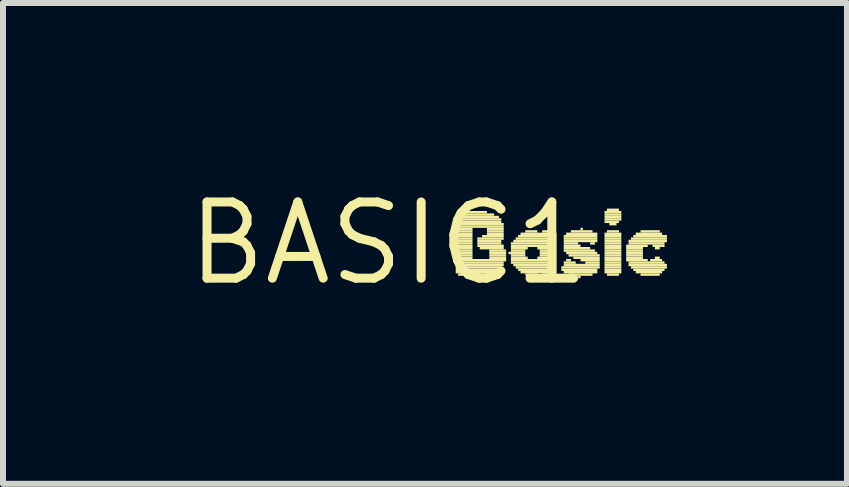
<source format=kicad_pcb>
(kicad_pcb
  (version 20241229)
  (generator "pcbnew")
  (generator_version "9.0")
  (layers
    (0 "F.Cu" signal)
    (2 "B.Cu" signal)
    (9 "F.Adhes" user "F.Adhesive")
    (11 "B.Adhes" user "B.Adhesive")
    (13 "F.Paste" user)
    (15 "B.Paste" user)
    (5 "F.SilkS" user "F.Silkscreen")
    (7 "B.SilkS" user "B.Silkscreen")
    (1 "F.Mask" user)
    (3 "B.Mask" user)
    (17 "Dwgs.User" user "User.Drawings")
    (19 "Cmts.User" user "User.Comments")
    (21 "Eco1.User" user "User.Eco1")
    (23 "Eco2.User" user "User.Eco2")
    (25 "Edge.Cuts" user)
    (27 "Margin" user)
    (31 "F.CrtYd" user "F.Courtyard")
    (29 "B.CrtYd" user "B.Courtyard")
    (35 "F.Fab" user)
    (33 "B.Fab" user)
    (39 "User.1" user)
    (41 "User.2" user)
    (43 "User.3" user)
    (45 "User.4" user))
  (footprint "BASIC1"
    (layer "F.Cu")
    (at 3.424 1.006)
    (property "Reference" "BASIC1" (at 0 0 0) (layer "F.SilkS") (effects (font (size 1.27 1.27) (thickness 0.15))))
    (fp_poly (pts (xy 1.12 -0.46) (xy 1.76 -0.46) (xy 1.76 -0.5) (xy 1.12 -0.5)) (stroke (width 0) (type default)) (fill yes) (layer "F.SilkS"))
    (fp_poly (pts (xy 1.12 -0.42) (xy 1.84 -0.42) (xy 1.84 -0.46) (xy 1.12 -0.46)) (stroke (width 0) (type default)) (fill yes) (layer "F.SilkS"))
    (fp_poly (pts (xy 1.12 -0.38) (xy 1.88 -0.38) (xy 1.88 -0.42) (xy 1.12 -0.42)) (stroke (width 0) (type default)) (fill yes) (layer "F.SilkS"))
    (fp_poly (pts (xy 1.12 -0.34) (xy 1.88 -0.34) (xy 1.88 -0.38) (xy 1.12 -0.38)) (stroke (width 0) (type default)) (fill yes) (layer "F.SilkS"))
    (fp_poly (pts (xy 1.12 -0.3) (xy 1.92 -0.3) (xy 1.92 -0.34) (xy 1.12 -0.34)) (stroke (width 0) (type default)) (fill yes) (layer "F.SilkS"))
    (fp_poly (pts (xy 1.12 -0.26) (xy 1.92 -0.26) (xy 1.92 -0.3) (xy 1.12 -0.3)) (stroke (width 0) (type default)) (fill yes) (layer "F.SilkS"))
    (fp_poly (pts (xy 1.12 -0.22) (xy 1.4 -0.22) (xy 1.4 -0.26) (xy 1.12 -0.26)) (stroke (width 0) (type default)) (fill yes) (layer "F.SilkS"))
    (fp_poly (pts (xy 1.12 -0.18) (xy 1.4 -0.18) (xy 1.4 -0.22) (xy 1.12 -0.22)) (stroke (width 0) (type default)) (fill yes) (layer "F.SilkS"))
    (fp_poly (pts (xy 1.12 -0.14) (xy 1.4 -0.14) (xy 1.4 -0.18) (xy 1.12 -0.18)) (stroke (width 0) (type default)) (fill yes) (layer "F.SilkS"))
    (fp_poly (pts (xy 1.12 -0.1) (xy 1.4 -0.1) (xy 1.4 -0.14) (xy 1.12 -0.14)) (stroke (width 0) (type default)) (fill yes) (layer "F.SilkS"))
    (fp_poly (pts (xy 1.12 -0.06) (xy 1.4 -0.06) (xy 1.4 -0.1) (xy 1.12 -0.1)) (stroke (width 0) (type default)) (fill yes) (layer "F.SilkS"))
    (fp_poly (pts (xy 1.12 -0.02) (xy 1.4 -0.02) (xy 1.4 -0.06) (xy 1.12 -0.06)) (stroke (width 0) (type default)) (fill yes) (layer "F.SilkS"))
    (fp_poly (pts (xy 1.12 0.02) (xy 1.4 0.02) (xy 1.4 -0.02) (xy 1.12 -0.02)) (stroke (width 0) (type default)) (fill yes) (layer "F.SilkS"))
    (fp_poly (pts (xy 1.12 0.06) (xy 1.4 0.06) (xy 1.4 0.02) (xy 1.12 0.02)) (stroke (width 0) (type default)) (fill yes) (layer "F.SilkS"))
    (fp_poly (pts (xy 1.12 0.1) (xy 1.4 0.1) (xy 1.4 0.06) (xy 1.12 0.06)) (stroke (width 0) (type default)) (fill yes) (layer "F.SilkS"))
    (fp_poly (pts (xy 1.12 0.14) (xy 1.4 0.14) (xy 1.4 0.1) (xy 1.12 0.1)) (stroke (width 0) (type default)) (fill yes) (layer "F.SilkS"))
    (fp_poly (pts (xy 1.12 0.18) (xy 1.4 0.18) (xy 1.4 0.14) (xy 1.12 0.14)) (stroke (width 0) (type default)) (fill yes) (layer "F.SilkS"))
    (fp_poly (pts (xy 1.12 0.22) (xy 1.4 0.22) (xy 1.4 0.18) (xy 1.12 0.18)) (stroke (width 0) (type default)) (fill yes) (layer "F.SilkS"))
    (fp_poly (pts (xy 1.12 0.26) (xy 1.4 0.26) (xy 1.4 0.22) (xy 1.12 0.22)) (stroke (width 0) (type default)) (fill yes) (layer "F.SilkS"))
    (fp_poly (pts (xy 1.12 0.3) (xy 1.96 0.3) (xy 1.96 0.26) (xy 1.12 0.26)) (stroke (width 0) (type default)) (fill yes) (layer "F.SilkS"))
    (fp_poly (pts (xy 1.12 0.34) (xy 1.92 0.34) (xy 1.92 0.3) (xy 1.12 0.3)) (stroke (width 0) (type default)) (fill yes) (layer "F.SilkS"))
    (fp_poly (pts (xy 1.12 0.38) (xy 1.92 0.38) (xy 1.92 0.34) (xy 1.12 0.34)) (stroke (width 0) (type default)) (fill yes) (layer "F.SilkS"))
    (fp_poly (pts (xy 1.12 0.42) (xy 1.88 0.42) (xy 1.88 0.38) (xy 1.12 0.38)) (stroke (width 0) (type default)) (fill yes) (layer "F.SilkS"))
    (fp_poly (pts (xy 1.12 0.46) (xy 1.88 0.46) (xy 1.88 0.42) (xy 1.12 0.42)) (stroke (width 0) (type default)) (fill yes) (layer "F.SilkS"))
    (fp_poly (pts (xy 1.12 0.5) (xy 1.84 0.5) (xy 1.84 0.46) (xy 1.12 0.46)) (stroke (width 0) (type default)) (fill yes) (layer "F.SilkS"))
    (fp_poly (pts (xy 1.16 0.54) (xy 1.76 0.54) (xy 1.76 0.5) (xy 1.16 0.5)) (stroke (width 0) (type default)) (fill yes) (layer "F.SilkS"))
    (fp_poly (pts (xy 1.2 -0.5) (xy 1.64 -0.5) (xy 1.64 -0.54) (xy 1.2 -0.54)) (stroke (width 0) (type default)) (fill yes) (layer "F.SilkS"))
    (fp_poly (pts (xy 1.48 -0.06) (xy 1.92 -0.06) (xy 1.92 -0.1) (xy 1.48 -0.1)) (stroke (width 0) (type default)) (fill yes) (layer "F.SilkS"))
    (fp_poly (pts (xy 1.48 -0.02) (xy 1.88 -0.02) (xy 1.88 -0.06) (xy 1.48 -0.06)) (stroke (width 0) (type default)) (fill yes) (layer "F.SilkS"))
    (fp_poly (pts (xy 1.48 0.02) (xy 1.88 0.02) (xy 1.88 -0.02) (xy 1.48 -0.02)) (stroke (width 0) (type default)) (fill yes) (layer "F.SilkS"))
    (fp_poly (pts (xy 1.48 0.06) (xy 1.92 0.06) (xy 1.92 0.02) (xy 1.48 0.02)) (stroke (width 0) (type default)) (fill yes) (layer "F.SilkS"))
    (fp_poly (pts (xy 1.52 0.1) (xy 1.92 0.1) (xy 1.92 0.06) (xy 1.52 0.06)) (stroke (width 0) (type default)) (fill yes) (layer "F.SilkS"))
    (fp_poly (pts (xy 1.56 -0.1) (xy 1.92 -0.1) (xy 1.92 -0.14) (xy 1.56 -0.14)) (stroke (width 0) (type default)) (fill yes) (layer "F.SilkS"))
    (fp_poly (pts (xy 1.64 -0.22) (xy 1.92 -0.22) (xy 1.92 -0.26) (xy 1.64 -0.26)) (stroke (width 0) (type default)) (fill yes) (layer "F.SilkS"))
    (fp_poly (pts (xy 1.64 -0.18) (xy 1.92 -0.18) (xy 1.92 -0.22) (xy 1.64 -0.22)) (stroke (width 0) (type default)) (fill yes) (layer "F.SilkS"))
    (fp_poly (pts (xy 1.64 -0.14) (xy 1.92 -0.14) (xy 1.92 -0.18) (xy 1.64 -0.18)) (stroke (width 0) (type default)) (fill yes) (layer "F.SilkS"))
    (fp_poly (pts (xy 1.68 0.14) (xy 1.96 0.14) (xy 1.96 0.1) (xy 1.68 0.1)) (stroke (width 0) (type default)) (fill yes) (layer "F.SilkS"))
    (fp_poly (pts (xy 1.68 0.18) (xy 1.96 0.18) (xy 1.96 0.14) (xy 1.68 0.14)) (stroke (width 0) (type default)) (fill yes) (layer "F.SilkS"))
    (fp_poly (pts (xy 1.68 0.22) (xy 1.96 0.22) (xy 1.96 0.18) (xy 1.68 0.18)) (stroke (width 0) (type default)) (fill yes) (layer "F.SilkS"))
    (fp_poly (pts (xy 1.68 0.26) (xy 1.96 0.26) (xy 1.96 0.22) (xy 1.68 0.22)) (stroke (width 0) (type default)) (fill yes) (layer "F.SilkS"))
    (fp_poly (pts (xy 2 0.18) (xy 2.28 0.18) (xy 2.28 0.14) (xy 2 0.14)) (stroke (width 0) (type default)) (fill yes) (layer "F.SilkS"))
    (fp_poly (pts (xy 2.04 0.02) (xy 2.8 0.02) (xy 2.8 -0.02) (xy 2.04 -0.02)) (stroke (width 0) (type default)) (fill yes) (layer "F.SilkS"))
    (fp_poly (pts (xy 2.04 0.06) (xy 2.8 0.06) (xy 2.8 0.02) (xy 2.04 0.02)) (stroke (width 0) (type default)) (fill yes) (layer "F.SilkS"))
    (fp_poly (pts (xy 2.04 0.1) (xy 2.32 0.1) (xy 2.32 0.06) (xy 2.04 0.06)) (stroke (width 0) (type default)) (fill yes) (layer "F.SilkS"))
    (fp_poly (pts (xy 2.04 0.14) (xy 2.28 0.14) (xy 2.28 0.1) (xy 2.04 0.1)) (stroke (width 0) (type default)) (fill yes) (layer "F.SilkS"))
    (fp_poly (pts (xy 2.04 0.22) (xy 2.28 0.22) (xy 2.28 0.18) (xy 2.04 0.18)) (stroke (width 0) (type default)) (fill yes) (layer "F.SilkS"))
    (fp_poly (pts (xy 2.04 0.26) (xy 2.32 0.26) (xy 2.32 0.22) (xy 2.04 0.22)) (stroke (width 0) (type default)) (fill yes) (layer "F.SilkS"))
    (fp_poly (pts (xy 2.04 0.3) (xy 2.8 0.3) (xy 2.8 0.26) (xy 2.04 0.26)) (stroke (width 0) (type default)) (fill yes) (layer "F.SilkS"))
    (fp_poly (pts (xy 2.04 0.34) (xy 2.8 0.34) (xy 2.8 0.3) (xy 2.04 0.3)) (stroke (width 0) (type default)) (fill yes) (layer "F.SilkS"))
    (fp_poly (pts (xy 2.08 -0.02) (xy 2.8 -0.02) (xy 2.8 -0.06) (xy 2.08 -0.06)) (stroke (width 0) (type default)) (fill yes) (layer "F.SilkS"))
    (fp_poly (pts (xy 2.08 0.38) (xy 2.8 0.38) (xy 2.8 0.34) (xy 2.08 0.34)) (stroke (width 0) (type default)) (fill yes) (layer "F.SilkS"))
    (fp_poly (pts (xy 2.12 -0.06) (xy 2.8 -0.06) (xy 2.8 -0.1) (xy 2.12 -0.1)) (stroke (width 0) (type default)) (fill yes) (layer "F.SilkS"))
    (fp_poly (pts (xy 2.12 0.42) (xy 2.8 0.42) (xy 2.8 0.38) (xy 2.12 0.38)) (stroke (width 0) (type default)) (fill yes) (layer "F.SilkS"))
    (fp_poly (pts (xy 2.16 -0.1) (xy 2.8 -0.1) (xy 2.8 -0.14) (xy 2.16 -0.14)) (stroke (width 0) (type default)) (fill yes) (layer "F.SilkS"))
    (fp_poly (pts (xy 2.16 0.46) (xy 2.8 0.46) (xy 2.8 0.42) (xy 2.16 0.42)) (stroke (width 0) (type default)) (fill yes) (layer "F.SilkS"))
    (fp_poly (pts (xy 2.2 -0.14) (xy 2.8 -0.14) (xy 2.8 -0.18) (xy 2.2 -0.18)) (stroke (width 0) (type default)) (fill yes) (layer "F.SilkS"))
    (fp_poly (pts (xy 2.2 0.5) (xy 2.8 0.5) (xy 2.8 0.46) (xy 2.2 0.46)) (stroke (width 0) (type default)) (fill yes) (layer "F.SilkS"))
    (fp_poly (pts (xy 2.28 -0.18) (xy 2.48 -0.18) (xy 2.48 -0.22) (xy 2.28 -0.22)) (stroke (width 0) (type default)) (fill yes) (layer "F.SilkS"))
    (fp_poly (pts (xy 2.28 0.54) (xy 2.48 0.54) (xy 2.48 0.5) (xy 2.28 0.5)) (stroke (width 0) (type default)) (fill yes) (layer "F.SilkS"))
    (fp_poly (pts (xy 2.48 0.1) (xy 2.8 0.1) (xy 2.8 0.06) (xy 2.48 0.06)) (stroke (width 0) (type default)) (fill yes) (layer "F.SilkS"))
    (fp_poly (pts (xy 2.48 0.26) (xy 2.8 0.26) (xy 2.8 0.22) (xy 2.48 0.22)) (stroke (width 0) (type default)) (fill yes) (layer "F.SilkS"))
    (fp_poly (pts (xy 2.52 0.14) (xy 2.8 0.14) (xy 2.8 0.1) (xy 2.52 0.1)) (stroke (width 0) (type default)) (fill yes) (layer "F.SilkS"))
    (fp_poly (pts (xy 2.52 0.18) (xy 2.8 0.18) (xy 2.8 0.14) (xy 2.52 0.14)) (stroke (width 0) (type default)) (fill yes) (layer "F.SilkS"))
    (fp_poly (pts (xy 2.52 0.22) (xy 2.8 0.22) (xy 2.8 0.18) (xy 2.52 0.18)) (stroke (width 0) (type default)) (fill yes) (layer "F.SilkS"))
    (fp_poly (pts (xy 2.56 -0.18) (xy 2.76 -0.18) (xy 2.76 -0.22) (xy 2.56 -0.22)) (stroke (width 0) (type default)) (fill yes) (layer "F.SilkS"))
    (fp_poly (pts (xy 2.56 0.54) (xy 2.76 0.54) (xy 2.76 0.5) (xy 2.56 0.5)) (stroke (width 0) (type default)) (fill yes) (layer "F.SilkS"))
    (fp_poly (pts (xy 2.88 0.42) (xy 3.52 0.42) (xy 3.52 0.38) (xy 2.88 0.38)) (stroke (width 0) (type default)) (fill yes) (layer "F.SilkS"))
    (fp_poly (pts (xy 2.88 0.46) (xy 3.48 0.46) (xy 3.48 0.42) (xy 2.88 0.42)) (stroke (width 0) (type default)) (fill yes) (layer "F.SilkS"))
    (fp_poly (pts (xy 2.92 -0.1) (xy 3.48 -0.1) (xy 3.48 -0.14) (xy 2.92 -0.14)) (stroke (width 0) (type default)) (fill yes) (layer "F.SilkS"))
    (fp_poly (pts (xy 2.92 -0.06) (xy 3.48 -0.06) (xy 3.48 -0.1) (xy 2.92 -0.1)) (stroke (width 0) (type default)) (fill yes) (layer "F.SilkS"))
    (fp_poly (pts (xy 2.92 -0.02) (xy 3.48 -0.02) (xy 3.48 -0.06) (xy 2.92 -0.06)) (stroke (width 0) (type default)) (fill yes) (layer "F.SilkS"))
    (fp_poly (pts (xy 2.92 0.02) (xy 3.16 0.02) (xy 3.16 -0.02) (xy 2.92 -0.02)) (stroke (width 0) (type default)) (fill yes) (layer "F.SilkS"))
    (fp_poly (pts (xy 2.92 0.06) (xy 3.2 0.06) (xy 3.2 0.02) (xy 2.92 0.02)) (stroke (width 0) (type default)) (fill yes) (layer "F.SilkS"))
    (fp_poly (pts (xy 2.92 0.1) (xy 3.36 0.1) (xy 3.36 0.06) (xy 2.92 0.06)) (stroke (width 0) (type default)) (fill yes) (layer "F.SilkS"))
    (fp_poly (pts (xy 2.92 0.14) (xy 3.44 0.14) (xy 3.44 0.1) (xy 2.92 0.1)) (stroke (width 0) (type default)) (fill yes) (layer "F.SilkS"))
    (fp_poly (pts (xy 2.92 0.34) (xy 3.12 0.34) (xy 3.12 0.3) (xy 2.92 0.3)) (stroke (width 0) (type default)) (fill yes) (layer "F.SilkS"))
    (fp_poly (pts (xy 2.92 0.38) (xy 3.52 0.38) (xy 3.52 0.34) (xy 2.92 0.34)) (stroke (width 0) (type default)) (fill yes) (layer "F.SilkS"))
    (fp_poly (pts (xy 2.92 0.5) (xy 3.48 0.5) (xy 3.48 0.46) (xy 2.92 0.46)) (stroke (width 0) (type default)) (fill yes) (layer "F.SilkS"))
    (fp_poly (pts (xy 2.96 -0.14) (xy 3.48 -0.14) (xy 3.48 -0.18) (xy 2.96 -0.18)) (stroke (width 0) (type default)) (fill yes) (layer "F.SilkS"))
    (fp_poly (pts (xy 2.96 0.18) (xy 3.48 0.18) (xy 3.48 0.14) (xy 2.96 0.14)) (stroke (width 0) (type default)) (fill yes) (layer "F.SilkS"))
    (fp_poly (pts (xy 2.96 0.3) (xy 3.04 0.3) (xy 3.04 0.26) (xy 2.96 0.26)) (stroke (width 0) (type default)) (fill yes) (layer "F.SilkS"))
    (fp_poly (pts (xy 3 0.22) (xy 3.52 0.22) (xy 3.52 0.18) (xy 3 0.18)) (stroke (width 0) (type default)) (fill yes) (layer "F.SilkS"))
    (fp_poly (pts (xy 3 0.54) (xy 3.4 0.54) (xy 3.4 0.5) (xy 3 0.5)) (stroke (width 0) (type default)) (fill yes) (layer "F.SilkS"))
    (fp_poly (pts (xy 3.04 -0.18) (xy 3.4 -0.18) (xy 3.4 -0.22) (xy 3.04 -0.22)) (stroke (width 0) (type default)) (fill yes) (layer "F.SilkS"))
    (fp_poly (pts (xy 3.08 0.26) (xy 3.52 0.26) (xy 3.52 0.22) (xy 3.08 0.22)) (stroke (width 0) (type default)) (fill yes) (layer "F.SilkS"))
    (fp_poly (pts (xy 3.16 0.58) (xy 3.2 0.58) (xy 3.2 0.54) (xy 3.16 0.54)) (stroke (width 0) (type default)) (fill yes) (layer "F.SilkS"))
    (fp_poly (pts (xy 3.2 -0.22) (xy 3.24 -0.22) (xy 3.24 -0.26) (xy 3.2 -0.26)) (stroke (width 0) (type default)) (fill yes) (layer "F.SilkS"))
    (fp_poly (pts (xy 3.2 0.3) (xy 3.52 0.3) (xy 3.52 0.26) (xy 3.2 0.26)) (stroke (width 0) (type default)) (fill yes) (layer "F.SilkS"))
    (fp_poly (pts (xy 3.28 0.34) (xy 3.52 0.34) (xy 3.52 0.3) (xy 3.28 0.3)) (stroke (width 0) (type default)) (fill yes) (layer "F.SilkS"))
    (fp_poly (pts (xy 3.36 0.02) (xy 3.44 0.02) (xy 3.44 -0.02) (xy 3.36 -0.02)) (stroke (width 0) (type default)) (fill yes) (layer "F.SilkS"))
    (fp_poly (pts (xy 3.6 -0.5) (xy 3.88 -0.5) (xy 3.88 -0.54) (xy 3.6 -0.54)) (stroke (width 0) (type default)) (fill yes) (layer "F.SilkS"))
    (fp_poly (pts (xy 3.6 -0.46) (xy 3.88 -0.46) (xy 3.88 -0.5) (xy 3.6 -0.5)) (stroke (width 0) (type default)) (fill yes) (layer "F.SilkS"))
    (fp_poly (pts (xy 3.6 -0.42) (xy 3.88 -0.42) (xy 3.88 -0.46) (xy 3.6 -0.46)) (stroke (width 0) (type default)) (fill yes) (layer "F.SilkS"))
    (fp_poly (pts (xy 3.6 -0.38) (xy 3.88 -0.38) (xy 3.88 -0.42) (xy 3.6 -0.42)) (stroke (width 0) (type default)) (fill yes) (layer "F.SilkS"))
    (fp_poly (pts (xy 3.6 -0.34) (xy 3.84 -0.34) (xy 3.84 -0.38) (xy 3.6 -0.38)) (stroke (width 0) (type default)) (fill yes) (layer "F.SilkS"))
    (fp_poly (pts (xy 3.6 -0.14) (xy 3.88 -0.14) (xy 3.88 -0.18) (xy 3.6 -0.18)) (stroke (width 0) (type default)) (fill yes) (layer "F.SilkS"))
    (fp_poly (pts (xy 3.6 -0.1) (xy 3.88 -0.1) (xy 3.88 -0.14) (xy 3.6 -0.14)) (stroke (width 0) (type default)) (fill yes) (layer "F.SilkS"))
    (fp_poly (pts (xy 3.6 -0.06) (xy 3.88 -0.06) (xy 3.88 -0.1) (xy 3.6 -0.1)) (stroke (width 0) (type default)) (fill yes) (layer "F.SilkS"))
    (fp_poly (pts (xy 3.6 -0.02) (xy 3.88 -0.02) (xy 3.88 -0.06) (xy 3.6 -0.06)) (stroke (width 0) (type default)) (fill yes) (layer "F.SilkS"))
    (fp_poly (pts (xy 3.6 0.02) (xy 3.88 0.02) (xy 3.88 -0.02) (xy 3.6 -0.02)) (stroke (width 0) (type default)) (fill yes) (layer "F.SilkS"))
    (fp_poly (pts (xy 3.6 0.06) (xy 3.88 0.06) (xy 3.88 0.02) (xy 3.6 0.02)) (stroke (width 0) (type default)) (fill yes) (layer "F.SilkS"))
    (fp_poly (pts (xy 3.6 0.1) (xy 3.88 0.1) (xy 3.88 0.06) (xy 3.6 0.06)) (stroke (width 0) (type default)) (fill yes) (layer "F.SilkS"))
    (fp_poly (pts (xy 3.6 0.14) (xy 3.88 0.14) (xy 3.88 0.1) (xy 3.6 0.1)) (stroke (width 0) (type default)) (fill yes) (layer "F.SilkS"))
    (fp_poly (pts (xy 3.6 0.18) (xy 3.88 0.18) (xy 3.88 0.14) (xy 3.6 0.14)) (stroke (width 0) (type default)) (fill yes) (layer "F.SilkS"))
    (fp_poly (pts (xy 3.6 0.22) (xy 3.88 0.22) (xy 3.88 0.18) (xy 3.6 0.18)) (stroke (width 0) (type default)) (fill yes) (layer "F.SilkS"))
    (fp_poly (pts (xy 3.6 0.26) (xy 3.88 0.26) (xy 3.88 0.22) (xy 3.6 0.22)) (stroke (width 0) (type default)) (fill yes) (layer "F.SilkS"))
    (fp_poly (pts (xy 3.6 0.3) (xy 3.88 0.3) (xy 3.88 0.26) (xy 3.6 0.26)) (stroke (width 0) (type default)) (fill yes) (layer "F.SilkS"))
    (fp_poly (pts (xy 3.6 0.34) (xy 3.88 0.34) (xy 3.88 0.3) (xy 3.6 0.3)) (stroke (width 0) (type default)) (fill yes) (layer "F.SilkS"))
    (fp_poly (pts (xy 3.6 0.38) (xy 3.88 0.38) (xy 3.88 0.34) (xy 3.6 0.34)) (stroke (width 0) (type default)) (fill yes) (layer "F.SilkS"))
    (fp_poly (pts (xy 3.6 0.42) (xy 3.88 0.42) (xy 3.88 0.38) (xy 3.6 0.38)) (stroke (width 0) (type default)) (fill yes) (layer "F.SilkS"))
    (fp_poly (pts (xy 3.6 0.46) (xy 3.88 0.46) (xy 3.88 0.42) (xy 3.6 0.42)) (stroke (width 0) (type default)) (fill yes) (layer "F.SilkS"))
    (fp_poly (pts (xy 3.6 0.5) (xy 3.88 0.5) (xy 3.88 0.46) (xy 3.6 0.46)) (stroke (width 0) (type default)) (fill yes) (layer "F.SilkS"))
    (fp_poly (pts (xy 3.64 -0.54) (xy 3.84 -0.54) (xy 3.84 -0.58) (xy 3.64 -0.58)) (stroke (width 0) (type default)) (fill yes) (layer "F.SilkS"))
    (fp_poly (pts (xy 3.64 -0.18) (xy 3.84 -0.18) (xy 3.84 -0.22) (xy 3.64 -0.22)) (stroke (width 0) (type default)) (fill yes) (layer "F.SilkS"))
    (fp_poly (pts (xy 3.64 0.54) (xy 3.84 0.54) (xy 3.84 0.5) (xy 3.64 0.5)) (stroke (width 0) (type default)) (fill yes) (layer "F.SilkS"))
    (fp_poly (pts (xy 3.68 -0.3) (xy 3.8 -0.3) (xy 3.8 -0.34) (xy 3.68 -0.34)) (stroke (width 0) (type default)) (fill yes) (layer "F.SilkS"))
    (fp_poly (pts (xy 3.96 0.06) (xy 4.32 0.06) (xy 4.32 0.02) (xy 3.96 0.02)) (stroke (width 0) (type default)) (fill yes) (layer "F.SilkS"))
    (fp_poly (pts (xy 3.96 0.1) (xy 4.24 0.1) (xy 4.24 0.06) (xy 3.96 0.06)) (stroke (width 0) (type default)) (fill yes) (layer "F.SilkS"))
    (fp_poly (pts (xy 3.96 0.14) (xy 4.24 0.14) (xy 4.24 0.1) (xy 3.96 0.1)) (stroke (width 0) (type default)) (fill yes) (layer "F.SilkS"))
    (fp_poly (pts (xy 3.96 0.18) (xy 4.24 0.18) (xy 4.24 0.14) (xy 3.96 0.14)) (stroke (width 0) (type default)) (fill yes) (layer "F.SilkS"))
    (fp_poly (pts (xy 3.96 0.22) (xy 4.24 0.22) (xy 4.24 0.18) (xy 3.96 0.18)) (stroke (width 0) (type default)) (fill yes) (layer "F.SilkS"))
    (fp_poly (pts (xy 3.96 0.26) (xy 4.24 0.26) (xy 4.24 0.22) (xy 3.96 0.22)) (stroke (width 0) (type default)) (fill yes) (layer "F.SilkS"))
    (fp_poly (pts (xy 3.96 0.3) (xy 4.32 0.3) (xy 4.32 0.26) (xy 3.96 0.26)) (stroke (width 0) (type default)) (fill yes) (layer "F.SilkS"))
    (fp_poly (pts (xy 4 -0.02) (xy 4.64 -0.02) (xy 4.64 -0.06) (xy 4 -0.06)) (stroke (width 0) (type default)) (fill yes) (layer "F.SilkS"))
    (fp_poly (pts (xy 4 0.02) (xy 4.6 0.02) (xy 4.6 -0.02) (xy 4 -0.02)) (stroke (width 0) (type default)) (fill yes) (layer "F.SilkS"))
    (fp_poly (pts (xy 4 0.34) (xy 4.6 0.34) (xy 4.6 0.3) (xy 4 0.3)) (stroke (width 0) (type default)) (fill yes) (layer "F.SilkS"))
    (fp_poly (pts (xy 4 0.38) (xy 4.64 0.38) (xy 4.64 0.34) (xy 4 0.34)) (stroke (width 0) (type default)) (fill yes) (layer "F.SilkS"))
    (fp_poly (pts (xy 4.04 -0.06) (xy 4.64 -0.06) (xy 4.64 -0.1) (xy 4.04 -0.1)) (stroke (width 0) (type default)) (fill yes) (layer "F.SilkS"))
    (fp_poly (pts (xy 4.04 0.42) (xy 4.64 0.42) (xy 4.64 0.38) (xy 4.04 0.38)) (stroke (width 0) (type default)) (fill yes) (layer "F.SilkS"))
    (fp_poly (pts (xy 4.08 -0.1) (xy 4.64 -0.1) (xy 4.64 -0.14) (xy 4.08 -0.14)) (stroke (width 0) (type default)) (fill yes) (layer "F.SilkS"))
    (fp_poly (pts (xy 4.08 0.46) (xy 4.6 0.46) (xy 4.6 0.42) (xy 4.08 0.42)) (stroke (width 0) (type default)) (fill yes) (layer "F.SilkS"))
    (fp_poly (pts (xy 4.12 -0.14) (xy 4.56 -0.14) (xy 4.56 -0.18) (xy 4.12 -0.18)) (stroke (width 0) (type default)) (fill yes) (layer "F.SilkS"))
    (fp_poly (pts (xy 4.12 0.5) (xy 4.56 0.5) (xy 4.56 0.46) (xy 4.12 0.46)) (stroke (width 0) (type default)) (fill yes) (layer "F.SilkS"))
    (fp_poly (pts (xy 4.2 -0.18) (xy 4.52 -0.18) (xy 4.52 -0.22) (xy 4.2 -0.22)) (stroke (width 0) (type default)) (fill yes) (layer "F.SilkS"))
    (fp_poly (pts (xy 4.2 0.54) (xy 4.52 0.54) (xy 4.52 0.5) (xy 4.2 0.5)) (stroke (width 0) (type default)) (fill yes) (layer "F.SilkS"))
    (fp_poly (pts (xy 4.36 0.3) (xy 4.56 0.3) (xy 4.56 0.26) (xy 4.36 0.26)) (stroke (width 0) (type default)) (fill yes) (layer "F.SilkS"))
    (fp_poly (pts (xy 4.4 0.06) (xy 4.6 0.06) (xy 4.6 0.02) (xy 4.4 0.02)) (stroke (width 0) (type default)) (fill yes) (layer "F.SilkS"))
    (fp_poly (pts (xy 4.44 0.1) (xy 4.52 0.1) (xy 4.52 0.06) (xy 4.44 0.06)) (stroke (width 0) (type default)) (fill yes) (layer "F.SilkS"))
    (fp_poly (pts (xy 4.44 0.26) (xy 4.52 0.26) (xy 4.52 0.22) (xy 4.44 0.22)) (stroke (width 0) (type default)) (fill yes) (layer "F.SilkS")))
  (gr_rect
    (start -3 -3)
    (end 11.064 5.012)
    (stroke (width 0.1) (type default))
    (fill no)
    (layer "Edge.Cuts")))
</source>
